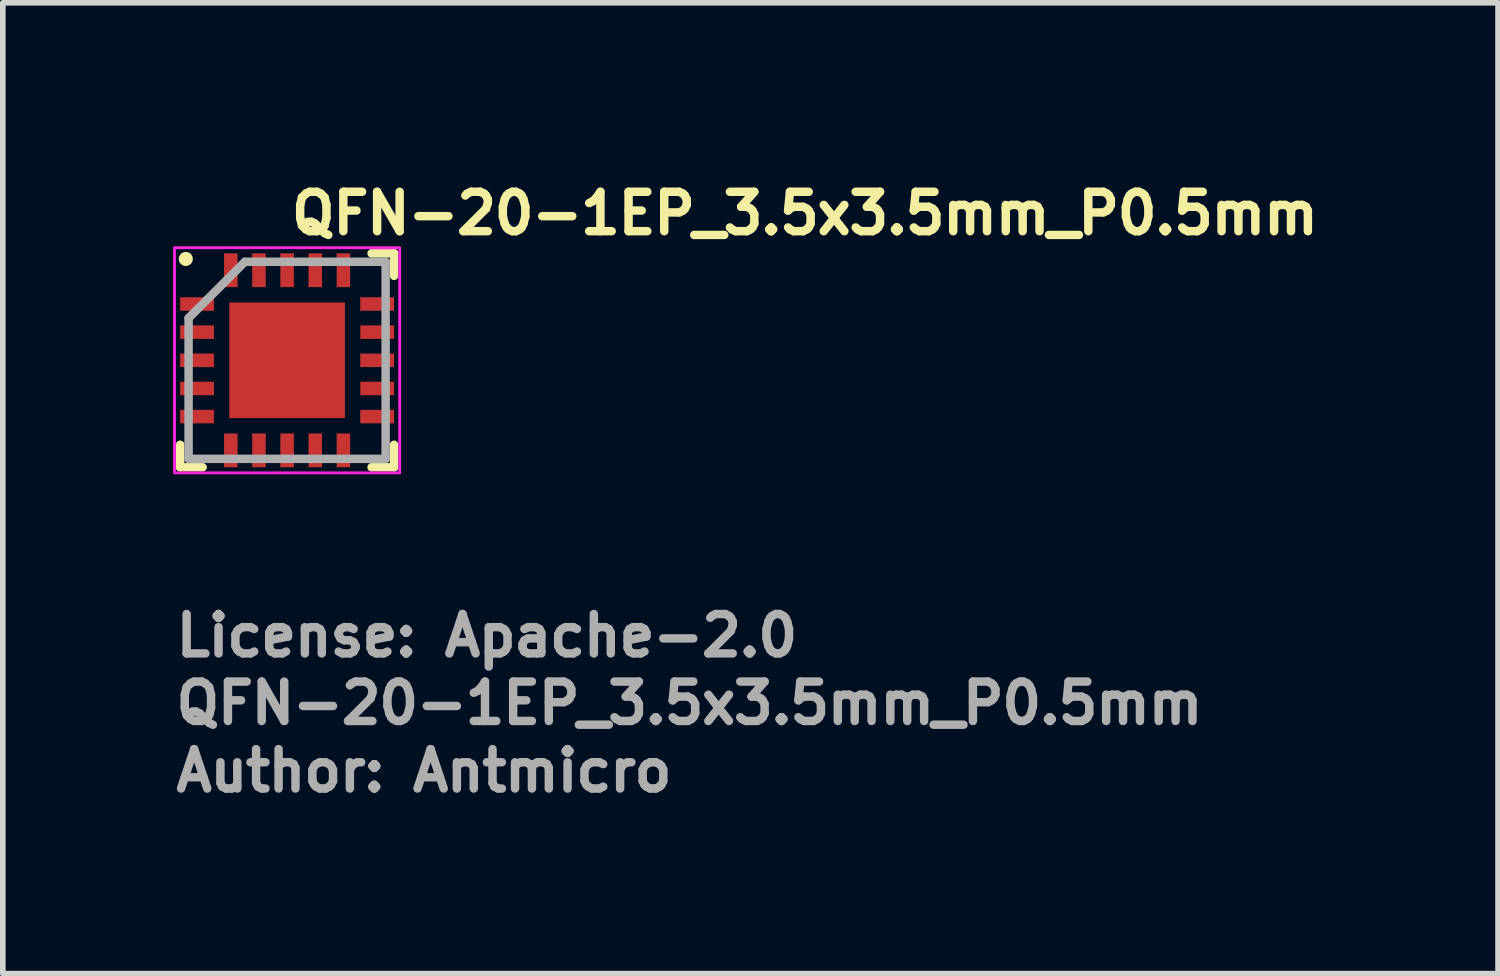
<source format=kicad_pcb>
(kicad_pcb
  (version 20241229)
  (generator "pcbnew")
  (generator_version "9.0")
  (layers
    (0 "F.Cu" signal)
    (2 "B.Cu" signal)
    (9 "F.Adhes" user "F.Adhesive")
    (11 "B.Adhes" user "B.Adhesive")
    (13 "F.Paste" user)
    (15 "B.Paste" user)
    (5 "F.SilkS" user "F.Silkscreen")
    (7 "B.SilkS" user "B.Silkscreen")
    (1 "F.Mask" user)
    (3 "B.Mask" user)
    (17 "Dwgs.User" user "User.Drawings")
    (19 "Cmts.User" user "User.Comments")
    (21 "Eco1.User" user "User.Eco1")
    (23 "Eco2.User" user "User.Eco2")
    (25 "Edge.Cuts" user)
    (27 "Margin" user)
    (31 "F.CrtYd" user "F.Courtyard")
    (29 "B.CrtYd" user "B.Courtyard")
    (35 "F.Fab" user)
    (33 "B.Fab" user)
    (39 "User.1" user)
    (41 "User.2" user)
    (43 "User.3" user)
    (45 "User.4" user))
  (footprint "QFN-20-1EP_3.5x3.5mm_P0.5mm"
    (layer "F.Cu")
    (at 2.05 3.35)
    (property "Reference" "QFN-20-1EP_3.5x3.5mm_P0.5mm" (at 0 -2.2 0) (layer "F.SilkS") (effects (font (size 0.7 0.7) (thickness 0.15)) (justify left bottom)))
    (attr smd)
    (fp_line (start -1.9 1.9) (end -1.9 1.5) (stroke (width 0.15) (type solid)) (layer "F.SilkS"))
    (fp_line (start -1.5 1.9) (end -1.9 1.9) (stroke (width 0.15) (type solid)) (layer "F.SilkS"))
    (fp_line (start 1.5 -1.9) (end 1.9 -1.9) (stroke (width 0.15) (type solid)) (layer "F.SilkS"))
    (fp_line (start 1.5 1.9) (end 1.9 1.9) (stroke (width 0.15) (type solid)) (layer "F.SilkS"))
    (fp_line (start 1.9 -1.9) (end 1.9 -1.5) (stroke (width 0.15) (type solid)) (layer "F.SilkS"))
    (fp_line (start 1.9 1.9) (end 1.9 1.5) (stroke (width 0.15) (type solid)) (layer "F.SilkS"))
    (fp_circle (center -1.8 -1.8) (end -1.75 -1.8) (stroke (width 0.15) (type solid)) (fill yes) (layer "F.SilkS"))
    (fp_rect (start -0.8 -0.8) (end -0.4 -0.4) (stroke (width 0.01) (type solid)) (fill yes) (layer "F.Paste"))
    (fp_rect (start -0.8 -0.2) (end -0.4 0.2) (stroke (width 0.01) (type solid)) (fill yes) (layer "F.Paste"))
    (fp_rect (start -0.8 0.4) (end -0.4 0.8) (stroke (width 0.01) (type solid)) (fill yes) (layer "F.Paste"))
    (fp_rect (start -0.2 -0.8) (end 0.2 -0.4) (stroke (width 0.01) (type solid)) (fill yes) (layer "F.Paste"))
    (fp_rect (start -0.2 -0.2) (end 0.2 0.2) (stroke (width 0.01) (type solid)) (fill yes) (layer "F.Paste"))
    (fp_rect (start -0.2 0.4) (end 0.2 0.8) (stroke (width 0.01) (type solid)) (fill yes) (layer "F.Paste"))
    (fp_rect (start 0.4 -0.8) (end 0.8 -0.4) (stroke (width 0.01) (type solid)) (fill yes) (layer "F.Paste"))
    (fp_rect (start 0.4 -0.2) (end 0.8 0.2) (stroke (width 0.01) (type solid)) (fill yes) (layer "F.Paste"))
    (fp_rect (start 0.4 0.4) (end 0.8 0.8) (stroke (width 0.01) (type solid)) (fill yes) (layer "F.Paste"))
    (fp_rect (start -2 -2) (end 2 2) (stroke (width 0.05) (type default)) (fill no) (layer "F.CrtYd"))
    (fp_line (start -1.75 -0.75) (end -1.75 1.75) (stroke (width 0.15) (type solid)) (layer "F.Fab"))
    (fp_line (start -1.75 1.75) (end 1.75 1.75) (stroke (width 0.15) (type solid)) (layer "F.Fab"))
    (fp_line (start -0.75 -1.75) (end -1.75 -0.75) (stroke (width 0.15) (type solid)) (layer "F.Fab"))
    (fp_line (start 1.75 -1.75) (end -0.75 -1.75) (stroke (width 0.15) (type solid)) (layer "F.Fab"))
    (fp_line (start 1.75 1.75) (end 1.75 -1.75) (stroke (width 0.15) (type solid)) (layer "F.Fab"))
    (fp_rect (start -1.75 -1.75) (end 1.75 1.75) (stroke (width 0.1) (type solid)) (fill no) (layer "User.5"))
    (fp_line (start -1.74 -1.74) (end -1.74 1.74) (stroke (width 0.02) (type solid)) (layer "User.9"))
    (fp_line (start -1.74 -1.74) (end 1.74 -1.74) (stroke (width 0.02) (type solid)) (layer "User.9"))
    (fp_line (start -1.74 1.74) (end 1.74 1.74) (stroke (width 0.02) (type solid)) (layer "User.9"))
    (fp_line (start 1.74 -1.74) (end 1.74 1.74) (stroke (width 0.02) (type solid)) (layer "User.9"))
    (fp_circle (center -1.4 -1.4) (end -1.259 -1.4) (stroke (width 0.02) (type default)) (fill no) (layer "User.9"))
    (fp_text user "${REFERENCE}" (at -2.05 6.5 0) (layer "F.Fab") (effects (font (size 0.7 0.7) (thickness 0.15)) (justify left bottom)))
    (fp_text user "Author: Antmicro" (at -2.05 7.7 0) (layer "F.Fab") (effects (font (size 0.7 0.7) (thickness 0.15)) (justify left bottom)))
    (fp_text user "License: Apache-2.0" (at -2.05 5.3 0) (layer "F.Fab") (effects (font (size 0.7 0.7) (thickness 0.15)) (justify left bottom)))
    (pad "1" smd rect (at -1.6 -1 90) (size 0.24 0.6) (layers "F.Cu" "F.Mask" "F.Paste"))
    (pad "2" smd rect (at -1.6 -0.5 90) (size 0.24 0.6) (layers "F.Cu" "F.Mask" "F.Paste"))
    (pad "3" smd rect (at -1.6 0 90) (size 0.24 0.6) (layers "F.Cu" "F.Mask" "F.Paste"))
    (pad "4" smd rect (at -1.6 0.5 90) (size 0.24 0.6) (layers "F.Cu" "F.Mask" "F.Paste"))
    (pad "5" smd rect (at -1.6 1 90) (size 0.24 0.6) (layers "F.Cu" "F.Mask" "F.Paste"))
    (pad "6" smd rect (at -1 1.6) (size 0.24 0.6) (layers "F.Cu" "F.Mask" "F.Paste"))
    (pad "7" smd rect (at -0.5 1.6) (size 0.24 0.6) (layers "F.Cu" "F.Mask" "F.Paste"))
    (pad "8" smd rect (at 0 1.6) (size 0.24 0.6) (layers "F.Cu" "F.Mask" "F.Paste"))
    (pad "9" smd rect (at 0.5 1.6) (size 0.24 0.6) (layers "F.Cu" "F.Mask" "F.Paste"))
    (pad "10" smd rect (at 1 1.6) (size 0.24 0.6) (layers "F.Cu" "F.Mask" "F.Paste"))
    (pad "11" smd rect (at 1.6 1 90) (size 0.24 0.6) (layers "F.Cu" "F.Mask" "F.Paste"))
    (pad "12" smd rect (at 1.6 0.5 90) (size 0.24 0.6) (layers "F.Cu" "F.Mask" "F.Paste"))
    (pad "13" smd rect (at 1.6 0 90) (size 0.24 0.6) (layers "F.Cu" "F.Mask" "F.Paste"))
    (pad "14" smd rect (at 1.6 -0.5 90) (size 0.24 0.6) (layers "F.Cu" "F.Mask" "F.Paste"))
    (pad "15" smd rect (at 1.6 -1 90) (size 0.24 0.6) (layers "F.Cu" "F.Mask" "F.Paste"))
    (pad "16" smd rect (at 1 -1.6) (size 0.24 0.6) (layers "F.Cu" "F.Mask" "F.Paste"))
    (pad "17" smd rect (at 0.5 -1.6) (size 0.24 0.6) (layers "F.Cu" "F.Mask" "F.Paste"))
    (pad "18" smd rect (at 0 -1.6) (size 0.24 0.6) (layers "F.Cu" "F.Mask" "F.Paste"))
    (pad "19" smd rect (at -0.5 -1.6) (size 0.24 0.6) (layers "F.Cu" "F.Mask" "F.Paste"))
    (pad "20" smd rect (at -1 -1.6) (size 0.24 0.6) (layers "F.Cu" "F.Mask" "F.Paste"))
    (pad "21" smd rect (at 0 0) (size 2.053 2.053) (layers "F.Cu" "F.Mask")))
  (gr_rect
    (start -3 -3)
    (end 23.56 14.245)
    (stroke (width 0.1) (type default))
    (fill no)
    (layer "Edge.Cuts")))
</source>
